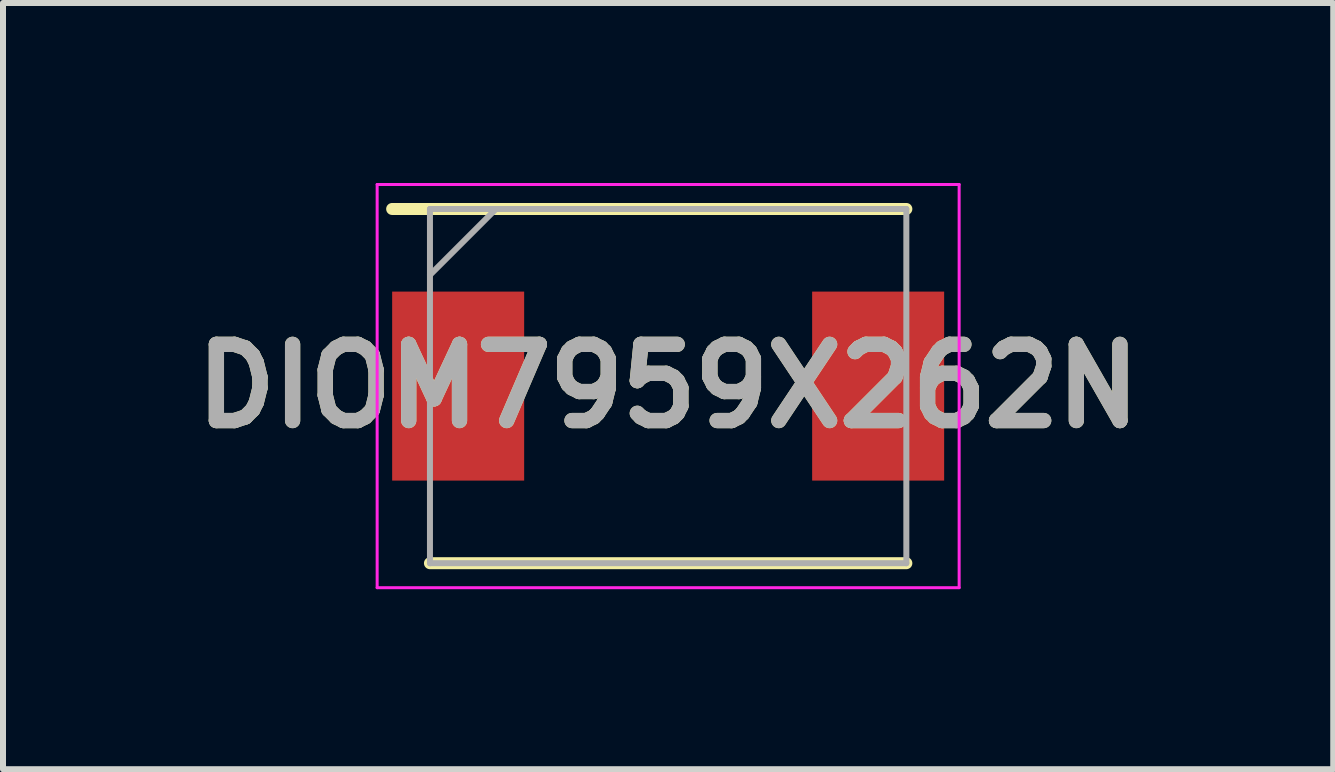
<source format=kicad_pcb>
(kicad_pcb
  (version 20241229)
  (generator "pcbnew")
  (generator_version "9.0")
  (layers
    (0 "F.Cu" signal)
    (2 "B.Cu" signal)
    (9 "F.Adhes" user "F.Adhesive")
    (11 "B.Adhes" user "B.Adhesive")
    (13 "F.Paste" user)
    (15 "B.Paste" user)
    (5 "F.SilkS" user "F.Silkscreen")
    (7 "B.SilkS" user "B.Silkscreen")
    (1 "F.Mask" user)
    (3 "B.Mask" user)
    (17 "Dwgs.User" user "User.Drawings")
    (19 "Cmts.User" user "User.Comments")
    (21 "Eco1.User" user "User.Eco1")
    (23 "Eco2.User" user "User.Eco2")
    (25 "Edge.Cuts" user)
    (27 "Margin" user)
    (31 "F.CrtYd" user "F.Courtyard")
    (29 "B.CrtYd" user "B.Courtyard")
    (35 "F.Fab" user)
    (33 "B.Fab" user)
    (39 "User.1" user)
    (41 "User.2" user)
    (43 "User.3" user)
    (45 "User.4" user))
  (footprint "DIOM7959X262N"
    (layer "F.Cu")
    (at 8.086 3.385)
    (property "Reference" "DIOM7959X262N" (at 0 0 0) (layer "F.SilkS") (effects (font (size 1.27 1.27) (thickness 0.254))))
    (attr smd)
    (fp_line (start -3.97 2.952) (end 3.97 2.952) (stroke (width 0.2) (type solid)) (layer "F.SilkS"))
    (fp_line (start 3.97 -2.952) (end -4.6 -2.952) (stroke (width 0.2) (type solid)) (layer "F.SilkS"))
    (fp_line (start -4.85 -3.36) (end 4.85 -3.36) (stroke (width 0.05) (type solid)) (layer "F.CrtYd"))
    (fp_line (start -4.85 3.36) (end -4.85 -3.36) (stroke (width 0.05) (type solid)) (layer "F.CrtYd"))
    (fp_line (start 4.85 -3.36) (end 4.85 3.36) (stroke (width 0.05) (type solid)) (layer "F.CrtYd"))
    (fp_line (start 4.85 3.36) (end -4.85 3.36) (stroke (width 0.05) (type solid)) (layer "F.CrtYd"))
    (fp_line (start -3.97 -2.952) (end 3.97 -2.952) (stroke (width 0.1) (type solid)) (layer "F.Fab"))
    (fp_line (start -3.97 -1.852) (end -2.87 -2.952) (stroke (width 0.1) (type solid)) (layer "F.Fab"))
    (fp_line (start -3.97 2.952) (end -3.97 -2.952) (stroke (width 0.1) (type solid)) (layer "F.Fab"))
    (fp_line (start 3.97 -2.952) (end 3.97 2.952) (stroke (width 0.1) (type solid)) (layer "F.Fab"))
    (fp_line (start 3.97 2.952) (end -3.97 2.952) (stroke (width 0.1) (type solid)) (layer "F.Fab"))
    (fp_text user "${REFERENCE}" (at 0 0 0) (layer "F.Fab") (effects (font (size 1.27 1.27) (thickness 0.254))))
    (pad "1" smd rect (at -3.5 0) (size 2.2 3.15) (layers "F.Cu" "F.Mask" "F.Paste"))
    (pad "2" smd rect (at 3.5 0) (size 2.2 3.15) (layers "F.Cu" "F.Mask" "F.Paste")))
  (gr_rect
    (start -3 -3)
    (end 19.171 9.77)
    (stroke (width 0.1) (type default))
    (fill no)
    (layer "Edge.Cuts")))
</source>
